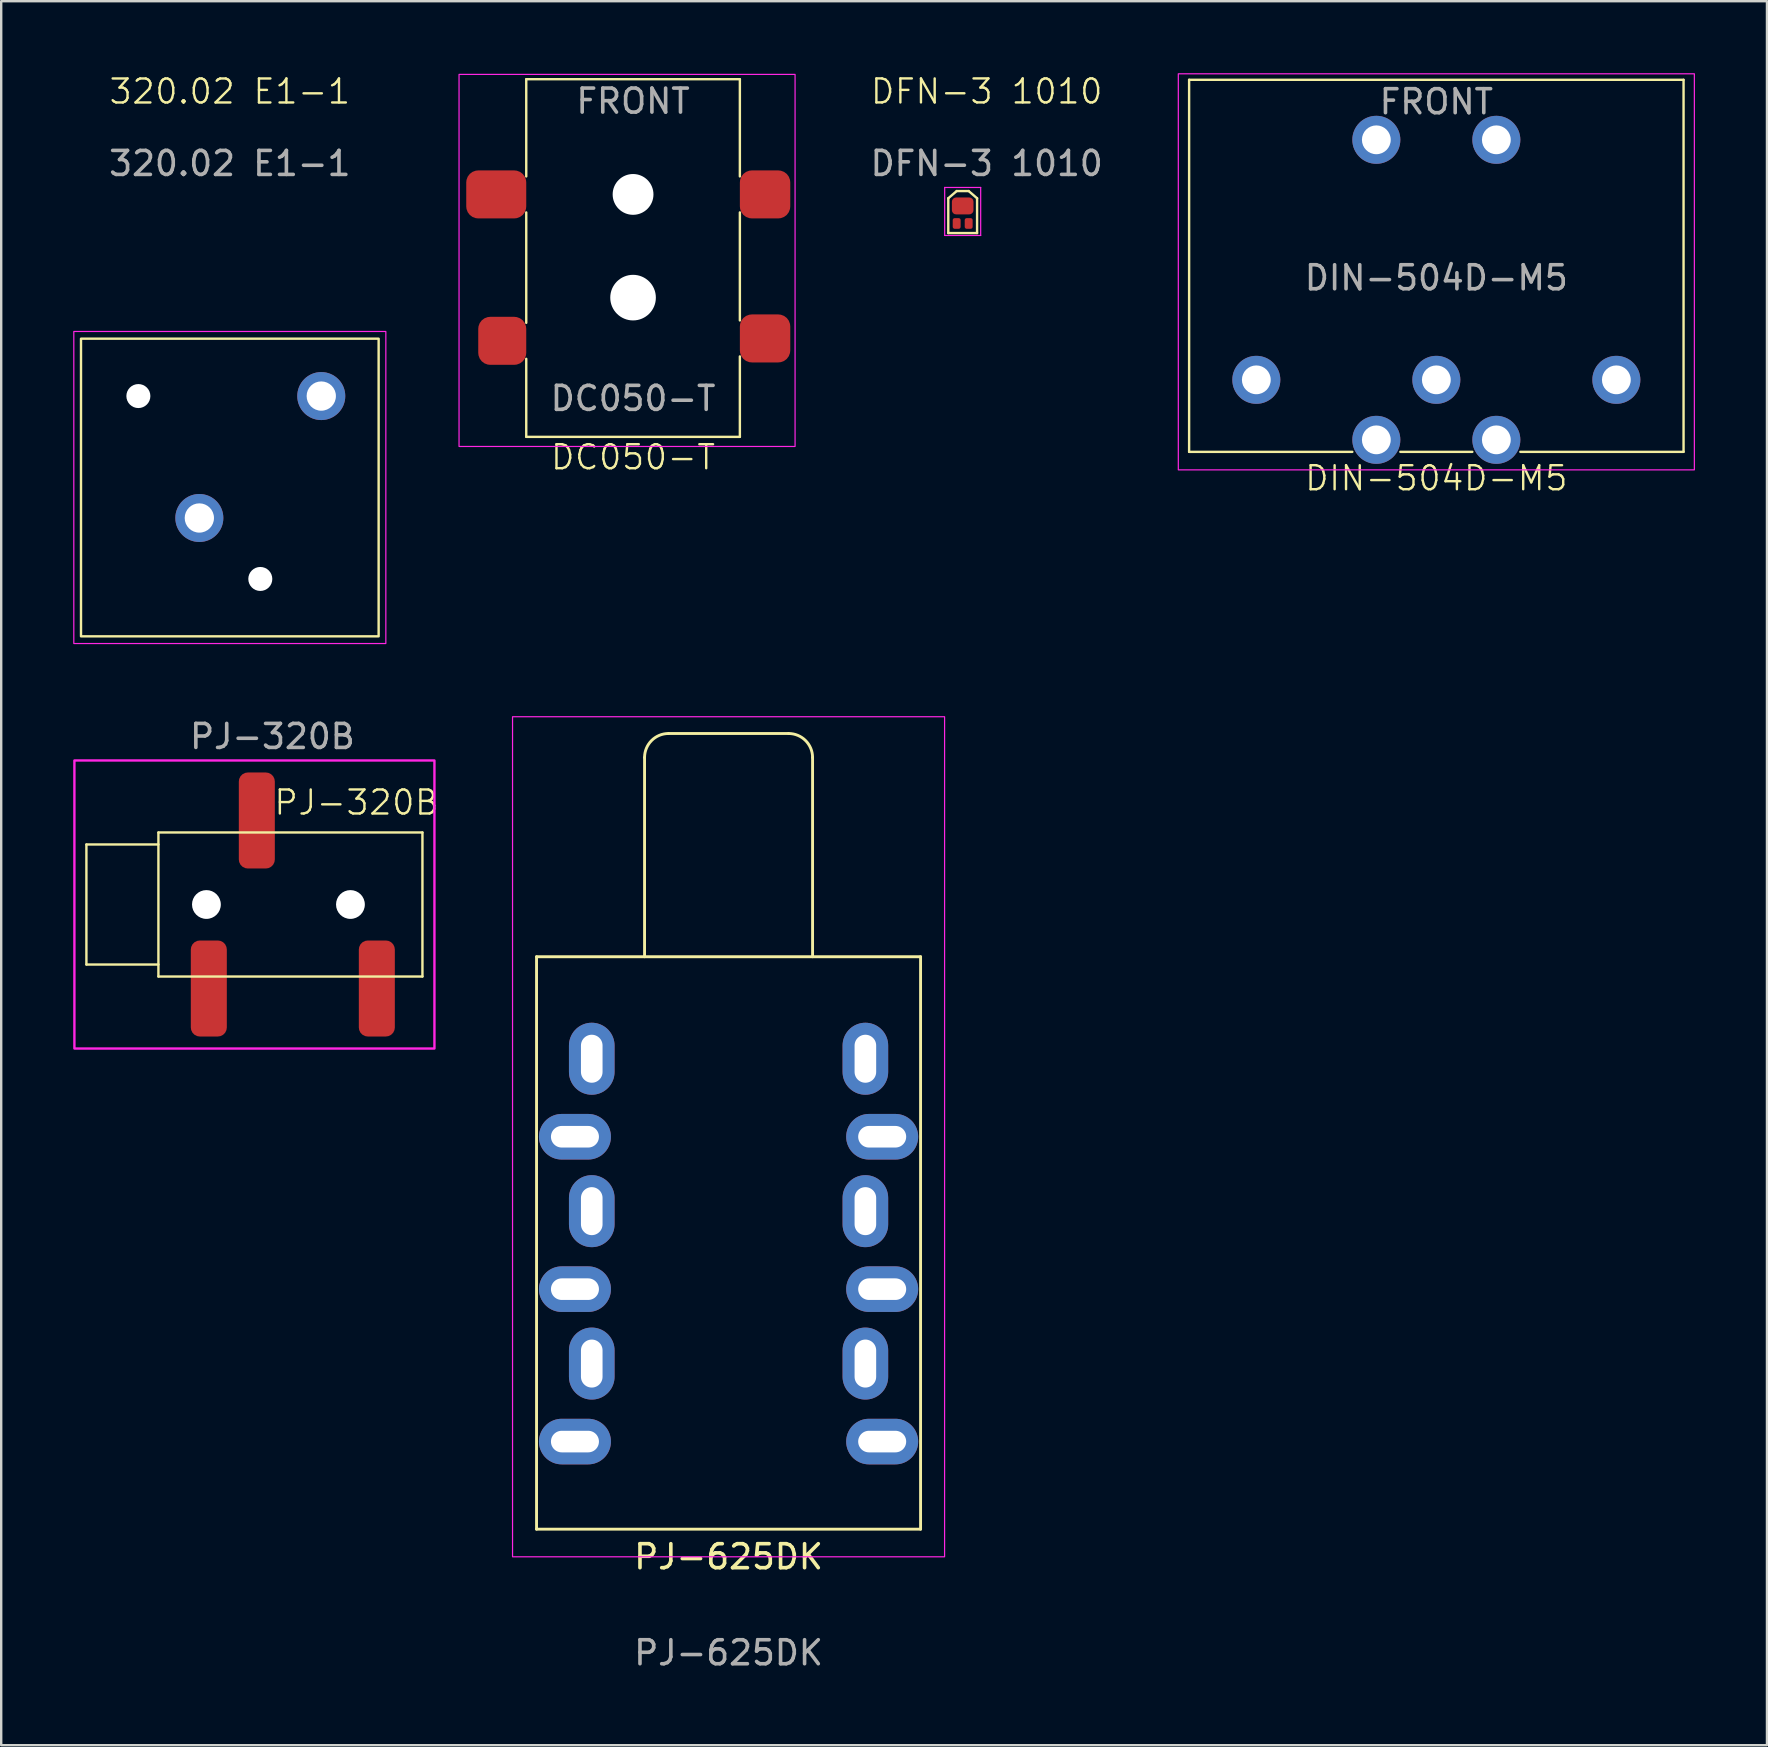
<source format=kicad_pcb>
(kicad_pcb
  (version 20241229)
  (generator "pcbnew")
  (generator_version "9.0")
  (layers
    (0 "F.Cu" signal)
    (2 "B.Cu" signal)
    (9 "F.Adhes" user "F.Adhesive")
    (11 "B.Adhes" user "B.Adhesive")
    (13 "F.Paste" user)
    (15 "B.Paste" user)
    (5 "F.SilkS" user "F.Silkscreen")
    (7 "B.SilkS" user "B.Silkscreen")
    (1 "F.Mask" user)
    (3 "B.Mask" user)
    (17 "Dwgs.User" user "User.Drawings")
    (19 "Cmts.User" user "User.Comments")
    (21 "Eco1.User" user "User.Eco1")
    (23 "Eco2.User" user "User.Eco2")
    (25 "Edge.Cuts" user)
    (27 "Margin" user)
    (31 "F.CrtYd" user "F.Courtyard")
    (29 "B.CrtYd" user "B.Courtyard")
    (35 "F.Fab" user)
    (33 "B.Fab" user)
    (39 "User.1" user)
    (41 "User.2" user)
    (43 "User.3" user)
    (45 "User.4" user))
  (footprint "PJ-625DK"
    (layer "F.Cu")
    (at 27.304 36.81)
    (property "Reference" "PJ-625DK" (at 0 25 0) (unlocked yes) (layer "F.SilkS") (effects (font (size 1 1) (thickness 0.15))))
    (attr through_hole)
    (fp_line (start -8 0) (end 8 0) (stroke (width 0.12) (type default)) (layer "F.SilkS"))
    (fp_line (start -8 23.85) (end -8 0) (stroke (width 0.12) (type default)) (layer "F.SilkS"))
    (fp_line (start -3.5 0) (end -3.5 -8.3) (stroke (width 0.12) (type default)) (layer "F.SilkS"))
    (fp_line (start -2.5 -9.3) (end 2.5 -9.3) (stroke (width 0.12) (type default)) (layer "F.SilkS"))
    (fp_line (start 3.5 -8.3) (end 3.5 0) (stroke (width 0.12) (type default)) (layer "F.SilkS"))
    (fp_line (start 8 0) (end 8 23.85) (stroke (width 0.12) (type default)) (layer "F.SilkS"))
    (fp_line (start 8 23.85) (end -8 23.85) (stroke (width 0.12) (type default)) (layer "F.SilkS"))
    (fp_arc (start -3.5 -8.3) (mid -3.207107 -9.007107) (end -2.5 -9.3) (stroke (width 0.12) (type default)) (layer "F.SilkS"))
    (fp_arc (start 2.5 -9.3) (mid 3.207107 -9.007107) (end 3.5 -8.3) (stroke (width 0.12) (type default)) (layer "F.SilkS"))
    (fp_rect (start -9 -10) (end 9 25) (stroke (width 0.05) (type default)) (fill no) (layer "F.CrtYd"))
    (fp_text user "${REFERENCE}" (at 0 29 0) (unlocked yes) (layer "F.Fab") (effects (font (size 1 1) (thickness 0.15))))
    (pad "R1" thru_hole oval (at -6.4 13.85 270) (size 1.9 3) (drill oval 0.9 2) (layers "*.Cu" "*.Mask"))
    (pad "R2" thru_hole oval (at -5.7 10.6 180) (size 1.9 3) (drill oval 0.9 2) (layers "*.Cu" "*.Mask"))
    (pad "RN1" thru_hole oval (at 6.4 13.85 270) (size 1.9 3) (drill oval 0.9 2) (layers "*.Cu" "*.Mask"))
    (pad "RN2" thru_hole oval (at 5.7 10.6 180) (size 1.9 3) (drill oval 0.9 2) (layers "*.Cu" "*.Mask"))
    (pad "S1" thru_hole oval (at -6.4 7.5 270) (size 1.9 3) (drill oval 0.9 2) (layers "*.Cu" "*.Mask"))
    (pad "S2" thru_hole oval (at -5.7 4.25 180) (size 1.9 3) (drill oval 0.9 2) (layers "*.Cu" "*.Mask"))
    (pad "SN1" thru_hole oval (at 6.4 7.5 270) (size 1.9 3) (drill oval 0.9 2) (layers "*.Cu" "*.Mask"))
    (pad "SN2" thru_hole oval (at 5.7 4.25 180) (size 1.9 3) (drill oval 0.9 2) (layers "*.Cu" "*.Mask"))
    (pad "T1" thru_hole oval (at -6.4 20.2 270) (size 1.9 3) (drill oval 0.9 2) (layers "*.Cu" "*.Mask"))
    (pad "T2" thru_hole oval (at -5.7 16.95 180) (size 1.9 3) (drill oval 0.9 2) (layers "*.Cu" "*.Mask"))
    (pad "TN1" thru_hole oval (at 6.4 20.2 270) (size 1.9 3) (drill oval 0.9 2) (layers "*.Cu" "*.Mask"))
    (pad "TN2" thru_hole oval (at 5.7 16.95 180) (size 1.9 3) (drill oval 0.9 2) (layers "*.Cu" "*.Mask")))
  (footprint "320.02 E1-1"
    (layer "F.Cu")
    (at 6.525 17.261)
    (property "Reference" "320.02 E1-1" (at 0 -16.5 0) (unlocked yes) (layer "F.SilkS") (effects (font (size 1 1) (thickness 0.1))))
    (attr through_hole)
    (fp_rect (start 6.2 6.2) (end -6.2 -6.2) (stroke (width 0.1) (type default)) (fill no) (layer "F.SilkS"))
    (fp_rect (start -6.5 -6.5) (end 6.5 6.5) (stroke (width 0.05) (type default)) (fill no) (layer "F.CrtYd"))
    (fp_text user "${REFERENCE}" (at 0 -13.5 0) (unlocked yes) (layer "F.Fab") (effects (font (size 1 1) (thickness 0.15))))
    (pad "" np_thru_hole circle (at -3.81 -3.81) (size 1 1) (drill 1) (layers "*.Cu" "*.Mask"))
    (pad "" np_thru_hole circle (at 1.27 3.81) (size 1 1) (drill 1) (layers "*.Cu" "*.Mask"))
    (pad "1" thru_hole circle (at 3.81 -3.81) (size 2 2) (drill 1.22) (layers "*.Cu" "*.Mask"))
    (pad "2" thru_hole circle (at -1.27 1.27) (size 2 2) (drill 1.22) (layers "*.Cu" "*.Mask")))
  (footprint "DC050-T"
    (layer "F.Cu")
    (at 23.325 0.25)
    (property "Reference" "DC050-T" (at 0 15.75 0) (unlocked yes) (layer "F.SilkS") (effects (font (size 1 1) (thickness 0.1))))
    (attr smd)
    (fp_line (start -4.45 0) (end -4.45 4.05) (stroke (width 0.1) (type default)) (layer "F.SilkS"))
    (fp_line (start -4.45 5.55) (end -4.45 10.15) (stroke (width 0.1) (type default)) (layer "F.SilkS"))
    (fp_line (start -4.45 11.65) (end -4.45 14.9) (stroke (width 0.1) (type default)) (layer "F.SilkS"))
    (fp_line (start -4.45 14.9) (end 4.45 14.9) (stroke (width 0.1) (type default)) (layer "F.SilkS"))
    (fp_line (start 4.45 0) (end -4.45 0) (stroke (width 0.1) (type default)) (layer "F.SilkS"))
    (fp_line (start 4.45 4.05) (end 4.45 0) (stroke (width 0.1) (type default)) (layer "F.SilkS"))
    (fp_line (start 4.45 10.05) (end 4.45 5.55) (stroke (width 0.1) (type default)) (layer "F.SilkS"))
    (fp_line (start 4.45 14.9) (end 4.45 11.55) (stroke (width 0.1) (type default)) (layer "F.SilkS"))
    (fp_rect (start -7.25 -0.2) (end 6.75 15.3) (stroke (width 0.05) (type default)) (fill no) (layer "F.CrtYd"))
    (fp_text user "FRONT" (at 0 1.5 0) (unlocked yes) (layer "F.Fab") (effects (font (size 1 1) (thickness 0.15)) (justify bottom)))
    (fp_text user "${REFERENCE}" (at 0 13.3 0) (unlocked yes) (layer "F.Fab") (effects (font (size 1 1) (thickness 0.15))))
    (pad "" np_thru_hole circle (at 0 4.8) (size 1.7 1.7) (drill 1.7) (layers "*.Cu" "*.Mask"))
    (pad "" np_thru_hole circle (at 0 9.1) (size 1.9 1.9) (drill 1.9) (layers "*.Cu" "*.Mask"))
    (pad "1" smd roundrect (at 5.5 10.8) (size 2.1 2) (layers "F.Cu" "F.Mask" "F.Paste") (roundrect_rratio 0.25))
    (pad "2" smd roundrect (at -5.7 4.8) (size 2.5 2) (layers "F.Cu" "F.Mask" "F.Paste") (roundrect_rratio 0.25))
    (pad "3" smd roundrect (at -5.45 10.9) (size 2 2) (layers "F.Cu" "F.Mask" "F.Paste") (roundrect_rratio 0.25))
    (pad "MP" smd roundrect (at 5.5 4.8) (size 2.1 2) (layers "F.Cu" "F.Mask" "F.Paste") (roundrect_rratio 0.25)))
  (footprint "PJ-320B"
    (layer "F.Cu")
    (at 3.55 34.634)
    (property "Reference" "PJ-320B" (at 8.25 -4.25 0) (unlocked yes) (layer "F.SilkS") (effects (font (size 1 1) (thickness 0.1))))
    (attr smd)
    (fp_line (start -3 -2.5) (end -3 2.5) (stroke (width 0.1) (type default)) (layer "F.SilkS"))
    (fp_line (start -3 2.5) (end 0 2.5) (stroke (width 0.1) (type default)) (layer "F.SilkS"))
    (fp_line (start 0 -3) (end 11 -3) (stroke (width 0.1) (type default)) (layer "F.SilkS"))
    (fp_line (start 0 -2.5) (end -3 -2.5) (stroke (width 0.1) (type default)) (layer "F.SilkS"))
    (fp_line (start 0 3) (end 0 -3) (stroke (width 0.1) (type default)) (layer "F.SilkS"))
    (fp_line (start 11 -3) (end 11 3) (stroke (width 0.1) (type default)) (layer "F.SilkS"))
    (fp_line (start 11 3) (end 0 3) (stroke (width 0.1) (type default)) (layer "F.SilkS"))
    (fp_rect (start -3.5 -6) (end 11.5 6) (stroke (width 0.1) (type default)) (fill no) (layer "F.CrtYd"))
    (fp_text user "${REFERENCE}" (at 4.75 -7 0) (unlocked yes) (layer "F.Fab") (effects (font (size 1 1) (thickness 0.15))))
    (pad "" np_thru_hole circle (at 2 0) (size 1.2 1.2) (drill 1.2) (layers "*.Cu" "*.Mask"))
    (pad "" np_thru_hole circle (at 8 0) (size 1.2 1.2) (drill 1.2) (layers "*.Cu" "*.Mask"))
    (pad "R" smd roundrect (at 4.1 -3.5) (size 1.5 4) (layers "F.Cu" "F.Mask" "F.Paste") (roundrect_rratio 0.25))
    (pad "S" smd roundrect (at 2.1 3.5) (size 1.5 4) (layers "F.Cu" "F.Mask" "F.Paste") (roundrect_rratio 0.25))
    (pad "T" smd roundrect (at 9.1 3.5) (size 1.5 4) (layers "F.Cu" "F.Mask" "F.Paste") (roundrect_rratio 0.25)))
  (footprint "DIN-504D-M5"
    (layer "F.Cu")
    (at 56.792 0.275)
    (property "Reference" "DIN-504D-M5" (at 0 16.6 0) (unlocked yes) (layer "F.SilkS") (effects (font (size 1 1) (thickness 0.1))))
    (attr through_hole)
    (fp_line (start -10.3 0) (end 10.3 0) (stroke (width 0.1) (type default)) (layer "F.SilkS"))
    (fp_line (start -10.3 15.5) (end -10.3 0) (stroke (width 0.1) (type default)) (layer "F.SilkS"))
    (fp_line (start -3.5 15.5) (end -10.3 15.5) (stroke (width 0.1) (type default)) (layer "F.SilkS"))
    (fp_line (start 1.5 15.5) (end -1.5 15.5) (stroke (width 0.1) (type default)) (layer "F.SilkS"))
    (fp_line (start 10.3 0) (end 10.3 15.5) (stroke (width 0.1) (type default)) (layer "F.SilkS"))
    (fp_line (start 10.3 15.5) (end 3.5 15.5) (stroke (width 0.1) (type default)) (layer "F.SilkS"))
    (fp_rect (start -10.75 -0.25) (end 10.75 16.25) (stroke (width 0.05) (type default)) (fill no) (layer "F.CrtYd"))
    (fp_text user "${REFERENCE}" (at 0 8.25 0) (unlocked yes) (layer "F.Fab") (effects (font (size 1 1) (thickness 0.15))))
    (fp_text user "FRONT" (at 0 1.5 0) (unlocked yes) (layer "F.Fab") (effects (font (size 1 1) (thickness 0.15)) (justify bottom)))
    (pad "1" thru_hole circle (at -7.5 12.5) (size 2 2) (drill 1.2) (layers "*.Cu" "*.Mask"))
    (pad "2" thru_hole circle (at 0 12.5) (size 2 2) (drill 1.2) (layers "*.Cu" "*.Mask"))
    (pad "3" thru_hole circle (at 7.5 12.5) (size 2 2) (drill 1.2) (layers "*.Cu" "*.Mask"))
    (pad "4" thru_hole circle (at -2.5 15) (size 2 2) (drill 1.2) (layers "*.Cu" "*.Mask"))
    (pad "5" thru_hole circle (at 2.5 15) (size 2 2) (drill 1.2) (layers "*.Cu" "*.Mask"))
    (pad "MP" thru_hole circle (at -2.5 2.5) (size 2 2) (drill 1.2) (layers "*.Cu" "*.Mask"))
    (pad "MP" thru_hole circle (at 2.5 2.5) (size 2 2) (drill 1.2) (layers "*.Cu" "*.Mask")))
  (footprint "DFN-3 1010"
    (layer "F.Cu")
    (at 38.058 1.26)
    (property "Reference" "DFN-3 1010" (at 0 -0.5 0) (unlocked yes) (layer "F.SilkS") (effects (font (size 1 1) (thickness 0.1))))
    (attr smd)
    (fp_line (start -1.6 3.95) (end -1.6 5.4) (stroke (width 0.1) (type default)) (layer "F.SilkS"))
    (fp_line (start -1.6 5.4) (end -0.4 5.4) (stroke (width 0.1) (type default)) (layer "F.SilkS"))
    (fp_line (start -1.25 3.65) (end -1.6 3.95) (stroke (width 0.1) (type default)) (layer "F.SilkS"))
    (fp_line (start -0.75 3.65) (end -1.25 3.65) (stroke (width 0.1) (type default)) (layer "F.SilkS"))
    (fp_line (start -0.4 3.95) (end -0.75 3.65) (stroke (width 0.1) (type default)) (layer "F.SilkS"))
    (fp_line (start -0.4 5.4) (end -0.4 3.95) (stroke (width 0.1) (type default)) (layer "F.SilkS"))
    (fp_line (start -1.75 3.5) (end -1.75 5.5) (stroke (width 0.05) (type default)) (layer "F.CrtYd"))
    (fp_line (start -1.75 5.5) (end -0.25 5.5) (stroke (width 0.05) (type default)) (layer "F.CrtYd"))
    (fp_line (start -0.25 3.5) (end -1.75 3.5) (stroke (width 0.05) (type default)) (layer "F.CrtYd"))
    (fp_line (start -0.25 5.5) (end -0.25 3.5) (stroke (width 0.05) (type default)) (layer "F.CrtYd"))
    (fp_text user "${REFERENCE}" (at 0 2.5 0) (unlocked yes) (layer "F.Fab") (effects (font (size 1 1) (thickness 0.15))))
    (pad "1" smd roundrect (at -1.25 5) (size 0.33 0.445) (layers "F.Cu" "F.Mask" "F.Paste") (roundrect_rratio 0.25))
    (pad "2" smd roundrect (at -0.75 5) (size 0.33 0.445) (layers "F.Cu" "F.Mask" "F.Paste") (roundrect_rratio 0.25))
    (pad "3" smd roundrect (at -1 4.27) (size 0.9 0.705) (layers "F.Cu" "F.Mask" "F.Paste") (roundrect_rratio 0.25)))
  (gr_rect
    (start -3 -3)
    (end 70.567 69.659)
    (stroke (width 0.1) (type default))
    (fill no)
    (layer "Edge.Cuts")))
</source>
